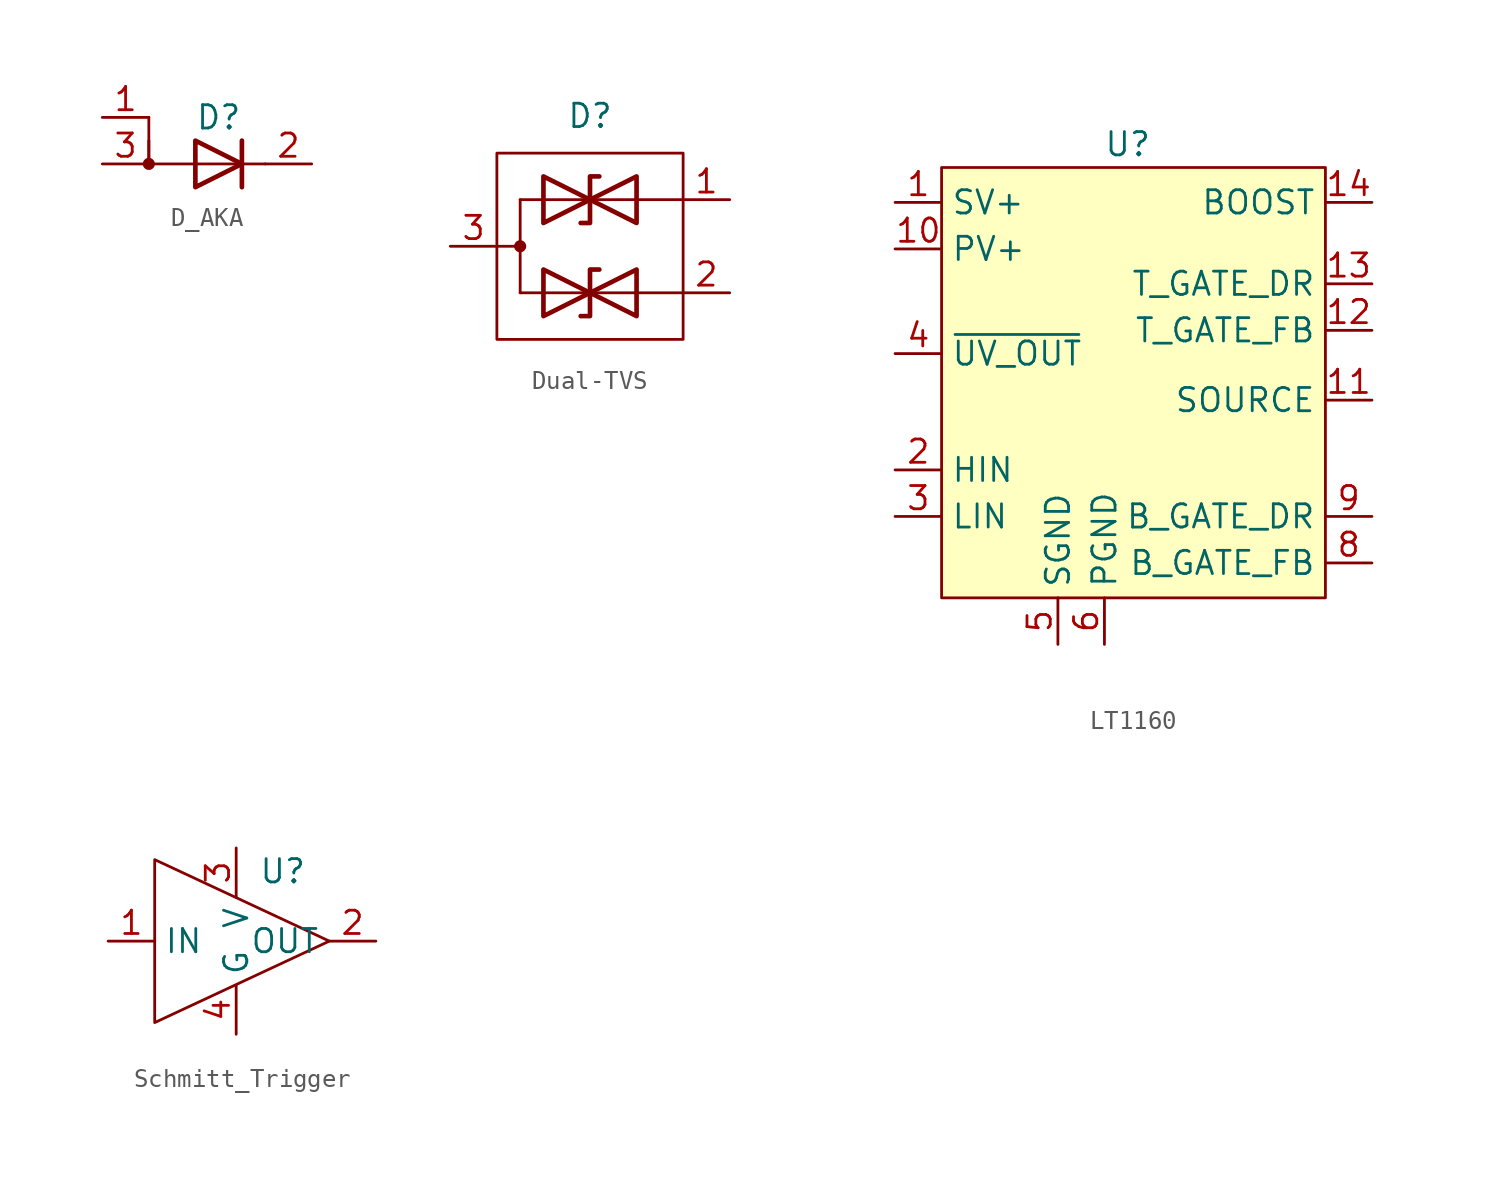
<source format=kicad_sym>
(kicad_symbol_lib
  (version 20231120)
  (generator "kicad_symbol_editor")
  (generator_version "8.0")
  (symbol "D_AKA"
    (property "Reference" "D"
      (at 0 0 0)
      (effects (font (size 1.27 1.27))))
    (property "Value" ""
      (at 0 0 0)
      (effects (font (size 1.27 1.27))))
    (symbol "D_AKA_0_1"
      (circle (center -3.81 -2.54) (radius 0.254) (stroke (width 0) (type default)) (fill (type outline)))
      (polyline (pts (xy -3.81 -2.54) (xy -3.81 0)) (stroke (width 0) (type default)) (fill (type none)))
      (polyline (pts (xy 1.27 -1.27) (xy 1.27 -3.81)) (stroke (width 0.254) (type default)) (fill (type none)))
      (polyline (pts (xy -3.81 -1.27) (xy -3.81 -2.54) (xy 2.54 -2.54)) (stroke (width 0) (type default)) (fill (type none)))
      (polyline (pts (xy -1.27 -1.27) (xy -1.27 -3.81) (xy 1.27 -2.54) (xy -1.27 -1.27)) (stroke (width 0.254) (type default)) (fill (type none))))
    (symbol "D_AKA_1_1"
      (pin passive line (at -6.35 0 0) (length 2.54) (name "" (effects (font (size 1.27 1.27)))) (number "1" (effects (font (size 1.27 1.27)))))
      (pin passive line (at 5.08 -2.54 180) (length 2.54) (name "" (effects (font (size 1.27 1.27)))) (number "2" (effects (font (size 1.27 1.27)))))
      (pin passive line (at -6.35 -2.54 0) (length 2.54) (name "" (effects (font (size 1.27 1.27)))) (number "3" (effects (font (size 1.27 1.27)))))))
  (symbol "Dual-TVS"
    (property "Reference" "D"
      (at 0 2.032 0)
      (effects (font (size 1.27 1.27))))
    (property "Value" ""
      (at 0 0 0)
      (effects (font (size 1.27 1.27))))
    (symbol "Dual-TVS_0_1"
      (rectangle (start -5.08 0) (end 5.08 -10.16) (stroke (width 0) (type default)) (fill (type none)))
      (polyline (pts (xy -5.08 -5.08) (xy -3.81 -5.08)) (stroke (width 0) (type default)) (fill (type none)))
      (polyline (pts (xy -3.81 -2.54) (xy -3.81 -7.62)) (stroke (width 0) (type default)) (fill (type none)))
      (polyline (pts (xy 5.08 -7.62) (xy -3.81 -7.62)) (stroke (width 0) (type default)) (fill (type none)))
      (polyline (pts (xy 5.08 -2.54) (xy -3.81 -2.54)) (stroke (width 0) (type default)) (fill (type none)))
      (polyline (pts (xy -2.54 -8.89) (xy 0 -7.62) (xy -2.54 -6.35) (xy -2.54 -8.89)) (stroke (width 0.254) (type default)) (fill (type none)))
      (polyline (pts (xy -2.54 -3.81) (xy 0 -2.54) (xy -2.54 -1.27) (xy -2.54 -3.81)) (stroke (width 0.254) (type default)) (fill (type none)))
      (polyline (pts (xy 0.508 -6.35) (xy 0 -6.35) (xy 0 -8.89) (xy -0.508 -8.89)) (stroke (width 0.254) (type default)) (fill (type none)))
      (polyline (pts (xy 0.508 -1.27) (xy 0 -1.27) (xy 0 -3.81) (xy -0.508 -3.81)) (stroke (width 0.254) (type default)) (fill (type none)))
      (polyline (pts (xy 2.54 -6.35) (xy 2.54 -8.89) (xy 0 -7.62) (xy 2.54 -6.35)) (stroke (width 0.254) (type default)) (fill (type none)))
      (polyline (pts (xy 2.54 -1.27) (xy 2.54 -3.81) (xy 0 -2.54) (xy 2.54 -1.27)) (stroke (width 0.254) (type default)) (fill (type none))))
    (symbol "Dual-TVS_1_1"
      (circle (center -3.81 -5.08) (radius 0.254) (stroke (width 0) (type default)) (fill (type color) (color 132 0 0 1)))
      (pin passive line (at 7.62 -2.54 180) (length 2.54) (name "" (effects (font (size 1.27 1.27)))) (number "1" (effects (font (size 1.27 1.27)))))
      (pin passive line (at 7.62 -7.62 180) (length 2.54) (name "" (effects (font (size 1.27 1.27)))) (number "2" (effects (font (size 1.27 1.27)))))
      (pin passive line (at -7.62 -5.08 0) (length 2.54) (name "" (effects (font (size 1.27 1.27)))) (number "3" (effects (font (size 1.27 1.27)))))))
  (symbol "LT1160"
    (property "Reference" "U"
      (at -0.635 0 0)
      (effects (font (size 1.27 1.27))))
    (property "Value" ""
      (at -0.635 0 0)
      (effects (font (size 1.27 1.27))))
    (symbol "LT1160_1_1"
      (rectangle (start -10.795 -1.27) (end 10.16 -24.765) (stroke (width 0) (type default)) (fill (type background)))
      (pin power_in line (at -13.335 -3.175 0) (length 2.54) (name "SV+" (effects (font (size 1.27 1.27)))) (number "1" (effects (font (size 1.27 1.27)))))
      (pin power_in line (at -13.335 -5.715 0) (length 2.54) (name "PV+" (effects (font (size 1.27 1.27)))) (number "10" (effects (font (size 1.27 1.27)))))
      (pin passive line (at 12.7 -13.97 180) (length 2.54) (name "SOURCE" (effects (font (size 1.27 1.27)))) (number "11" (effects (font (size 1.27 1.27)))))
      (pin passive line (at 12.7 -10.16 180) (length 2.54) (name "T_GATE_FB" (effects (font (size 1.27 1.27)))) (number "12" (effects (font (size 1.27 1.27)))))
      (pin passive line (at 12.7 -7.62 180) (length 2.54) (name "T_GATE_DR" (effects (font (size 1.27 1.27)))) (number "13" (effects (font (size 1.27 1.27)))))
      (pin passive line (at 12.7 -3.175 180) (length 2.54) (name "BOOST" (effects (font (size 1.27 1.27)))) (number "14" (effects (font (size 1.27 1.27)))))
      (pin input line (at -13.335 -17.78 0) (length 2.54) (name "HIN" (effects (font (size 1.27 1.27)))) (number "2" (effects (font (size 1.27 1.27)))))
      (pin input line (at -13.335 -20.32 0) (length 2.54) (name "LIN" (effects (font (size 1.27 1.27)))) (number "3" (effects (font (size 1.27 1.27)))))
      (pin output line (at -13.335 -11.43 0) (length 2.54) (name "~{UV_OUT}" (effects (font (size 1.27 1.27)))) (number "4" (effects (font (size 1.27 1.27)))))
      (pin power_in line (at -4.445 -27.305 90) (length 2.54) (name "SGND" (effects (font (size 1.27 1.27)))) (number "5" (effects (font (size 1.27 1.27)))))
      (pin power_in line (at -1.905 -27.305 90) (length 2.54) (name "PGND" (effects (font (size 1.27 1.27)))) (number "6" (effects (font (size 1.27 1.27)))))
      (pin passive line (at 12.7 -22.86 180) (length 2.54) (name "B_GATE_FB" (effects (font (size 1.27 1.27)))) (number "8" (effects (font (size 1.27 1.27)))))
      (pin passive line (at 12.7 -20.32 180) (length 2.54) (name "B_GATE_DR" (effects (font (size 1.27 1.27)))) (number "9" (effects (font (size 1.27 1.27)))))))
  (symbol "Schmitt_Trigger"
    (property "Reference" "U"
      (at 2.54 -0.635 0)
      (effects (font (size 1.27 1.27))))
    (property "Value" ""
      (at 0 0 0)
      (effects (font (size 1.27 1.27))))
    (symbol "Schmitt_Trigger_0_1"
      (polyline (pts (xy -4.445 0) (xy -4.445 -8.89) (xy 5.08 -4.445) (xy -4.445 0)) (stroke (width 0) (type default)) (fill (type none))))
    (symbol "Schmitt_Trigger_1_1"
      (pin input line (at -6.985 -4.445 0) (length 2.54) (name "IN" (effects (font (size 1.27 1.27)))) (number "1" (effects (font (size 1.27 1.27)))))
      (pin input line (at 7.62 -4.445 180) (length 2.54) (name "OUT" (effects (font (size 1.27 1.27)))) (number "2" (effects (font (size 1.27 1.27)))))
      (pin input line (at 0 0.635 270) (length 2.667) (name "V" (effects (font (size 1.27 1.27)))) (number "3" (effects (font (size 1.27 1.27)))))
      (pin input line (at 0 -9.525 90) (length 2.667) (name "G" (effects (font (size 1.27 1.27)))) (number "4" (effects (font (size 1.27 1.27))))))))
</source>
